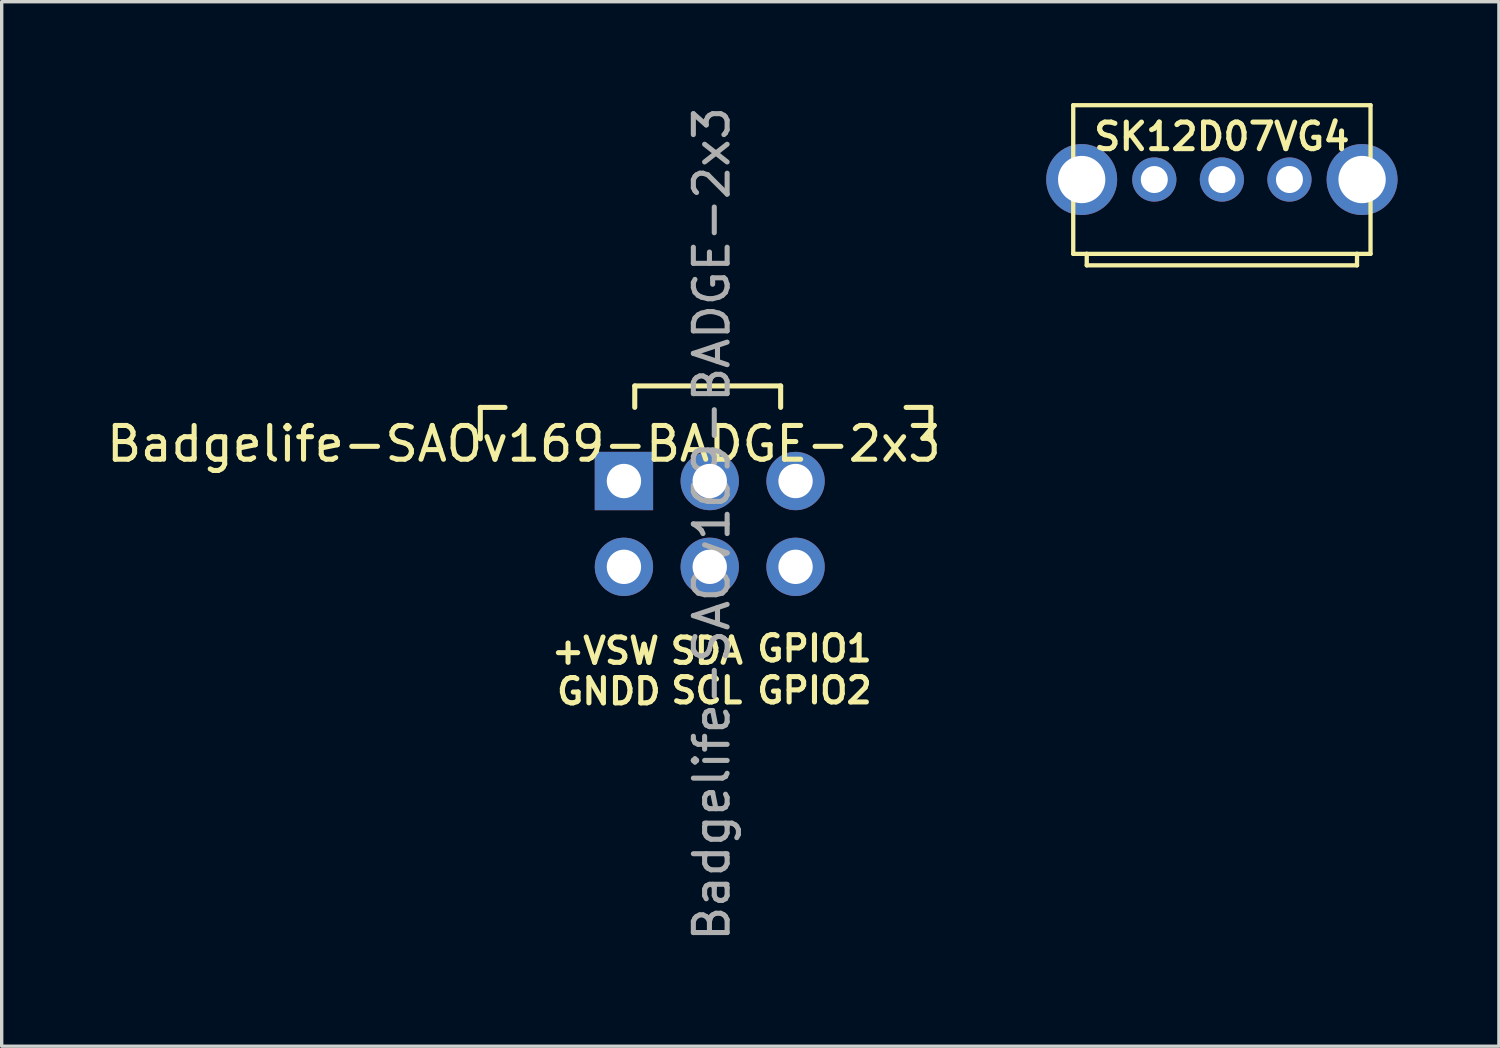
<source format=kicad_pcb>
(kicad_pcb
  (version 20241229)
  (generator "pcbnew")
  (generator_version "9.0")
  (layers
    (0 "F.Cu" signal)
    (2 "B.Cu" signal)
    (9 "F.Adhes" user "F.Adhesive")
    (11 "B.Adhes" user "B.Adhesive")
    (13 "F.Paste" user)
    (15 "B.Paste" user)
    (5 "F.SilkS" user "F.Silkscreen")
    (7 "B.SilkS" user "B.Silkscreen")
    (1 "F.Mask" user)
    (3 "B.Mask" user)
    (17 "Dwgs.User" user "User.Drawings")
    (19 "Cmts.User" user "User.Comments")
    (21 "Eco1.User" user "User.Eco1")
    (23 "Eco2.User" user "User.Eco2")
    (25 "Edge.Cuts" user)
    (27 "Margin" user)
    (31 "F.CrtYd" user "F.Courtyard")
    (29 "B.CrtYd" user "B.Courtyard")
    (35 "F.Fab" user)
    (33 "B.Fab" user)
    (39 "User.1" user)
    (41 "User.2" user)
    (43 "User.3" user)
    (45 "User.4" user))
  (footprint "Badgelife-SAOv169-BADGE-2x3"
    (layer "F.Cu")
    (at 17.958 12.458)
    (property "Reference" "Badgelife-SAOv169-BADGE-2x3" (at -5.5 -2.37 0) (layer "F.SilkS") (effects (font (size 1 1) (thickness 0.15))))
    (attr through_hole)
    (fp_line (start -6.791 -3.449) (end -6.06 -3.449) (stroke (width 0.15) (type solid)) (layer "F.SilkS"))
    (fp_line (start -6.791 -2.52) (end -6.791 -3.449) (stroke (width 0.15) (type solid)) (layer "F.SilkS"))
    (fp_line (start -2.22 -3.45) (end -2.219 -4.084) (stroke (width 0.15) (type solid)) (layer "F.SilkS"))
    (fp_line (start -2.219 -4.084) (end 2.099 -4.084) (stroke (width 0.15) (type solid)) (layer "F.SilkS"))
    (fp_line (start 2.099 -4.084) (end 2.099 -3.45) (stroke (width 0.15) (type solid)) (layer "F.SilkS"))
    (fp_line (start 6.544 -3.449) (end 5.813 -3.449) (stroke (width 0.15) (type solid)) (layer "F.SilkS"))
    (fp_line (start 6.544 -2.52) (end 6.544 -3.449) (stroke (width 0.15) (type solid)) (layer "F.SilkS"))
    (fp_text user "GPIO1" (at 3.1 3.688 0) (layer "F.SilkS") (effects (font (size 0.75 0.75) (thickness 0.15))))
    (fp_text user "SCL" (at -0.087 4.93 0) (layer "F.SilkS") (effects (font (size 0.75 0.75) (thickness 0.15))))
    (fp_text user "GPIO2" (at 3.1 4.93 0) (layer "F.SilkS") (effects (font (size 0.75 0.75) (thickness 0.15))))
    (fp_text user "SDA" (at -0.087 3.757 0) (layer "F.SilkS") (effects (font (size 0.75 0.75) (thickness 0.15))))
    (fp_text user "+VSW" (at -3.087 3.757 0) (layer "F.SilkS") (effects (font (size 0.75 0.75) (thickness 0.15))))
    (fp_text user "GNDD" (at -2.987 4.957 0) (layer "F.SilkS") (effects (font (size 0.75 0.75) (thickness 0.15))))
    (fp_text user "${REFERENCE}" (at 0.06 0 270) (layer "F.Fab") (effects (font (size 1 1) (thickness 0.15))))
    (pad "1" thru_hole rect (at -2.54 -1.27 270) (size 1.727 1.727) (drill 1.016) (layers "*.Cu" "*.Mask"))
    (pad "2" thru_hole circle (at -2.54 1.27 270) (size 1.727 1.727) (drill 1.016) (layers "*.Cu" "*.Mask"))
    (pad "3" thru_hole oval (at 0 -1.27 270) (size 1.727 1.727) (drill 1.016) (layers "*.Cu" "*.Mask"))
    (pad "4" thru_hole oval (at 0 1.27 270) (size 1.727 1.727) (drill 1.016) (layers "*.Cu" "*.Mask"))
    (pad "5" thru_hole circle (at 2.54 -1.27 270) (size 1.727 1.727) (drill 1.016) (layers "*.Cu" "*.Mask"))
    (pad "6" thru_hole circle (at 2.54 1.27 270) (size 1.727 1.727) (drill 1.016) (layers "*.Cu" "*.Mask")))
  (footprint "SK12D07VG4"
    (layer "F.Cu")
    (at 33.117 2.264)
    (property "Reference" "SK12D07VG4" (at 0 -1.27 0) (layer "F.SilkS") (effects (font (size 0.787 0.787) (thickness 0.15))))
    (attr through_hole)
    (fp_line (start -4.4 -2.2) (end 4.4 -2.2) (stroke (width 0.127) (type solid)) (layer "F.SilkS"))
    (fp_line (start -4.4 2.2) (end -4.4 -2.2) (stroke (width 0.127) (type solid)) (layer "F.SilkS"))
    (fp_line (start -4 2.2) (end -4.4 2.2) (stroke (width 0.127) (type solid)) (layer "F.SilkS"))
    (fp_line (start -4 2.2) (end -4 2.54) (stroke (width 0.127) (type solid)) (layer "F.SilkS"))
    (fp_line (start -4 2.54) (end 4 2.54) (stroke (width 0.127) (type solid)) (layer "F.SilkS"))
    (fp_line (start 4 2.2) (end -4 2.2) (stroke (width 0.127) (type solid)) (layer "F.SilkS"))
    (fp_line (start 4 2.54) (end 4 2.2) (stroke (width 0.127) (type solid)) (layer "F.SilkS"))
    (fp_line (start 4.4 -2.2) (end 4.4 2.2) (stroke (width 0.127) (type solid)) (layer "F.SilkS"))
    (fp_line (start 4.4 2.2) (end 4 2.2) (stroke (width 0.127) (type solid)) (layer "F.SilkS"))
    (pad "1" thru_hole circle (at -2 0) (size 1.308 1.308) (drill 0.8) (layers "*.Cu" "*.Mask"))
    (pad "2" thru_hole circle (at 0 0) (size 1.308 1.308) (drill 0.8) (layers "*.Cu" "*.Mask"))
    (pad "3" thru_hole circle (at 2 0) (size 1.308 1.308) (drill 0.8) (layers "*.Cu" "*.Mask"))
    (pad "M1" thru_hole circle (at -4.15 0) (size 2.1 2.1) (drill 1.4) (layers "*.Cu" "*.Mask"))
    (pad "M2" thru_hole circle (at 4.15 0) (size 2.1 2.1) (drill 1.4) (layers "*.Cu" "*.Mask")))
  (gr_rect
    (start -3 -3)
    (end 41.317 27.917)
    (stroke (width 0.1) (type default))
    (fill no)
    (layer "Edge.Cuts")))
</source>
